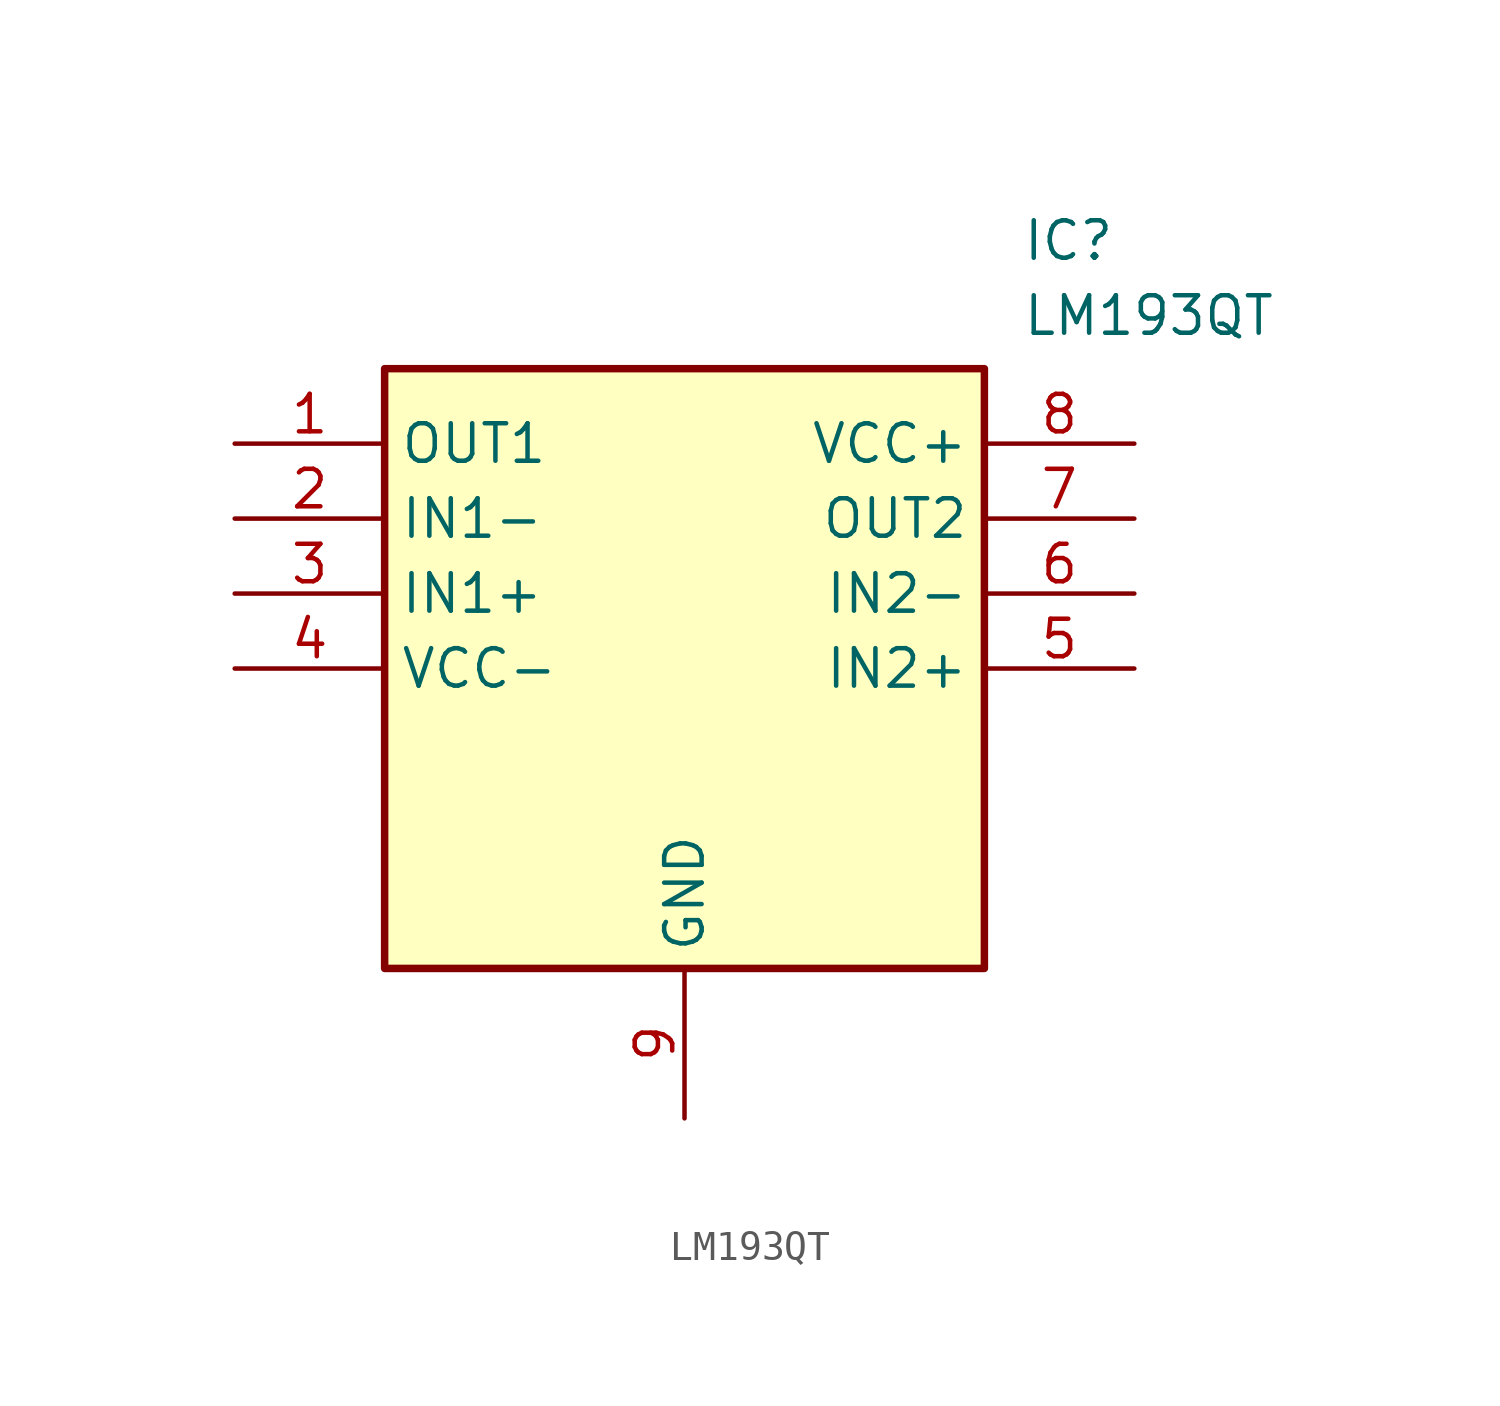
<source format=kicad_sym>
(kicad_symbol_lib
  (version 20211014)
  (generator SamacSys_ECAD_Model)
  (symbol "LM193QT"
    (property "Reference" "IC"
      (at 26.67 7.62 0)
      (effects (font (size 1.27 1.27)) (justify left top)))
    (property "Value" "LM193QT"
      (at 26.67 5.08 0)
      (effects (font (size 1.27 1.27)) (justify left top)))
    (rectangle
      (start 5.08 2.54)
      (end 25.4 -17.78)
      (stroke (width 0.254) (type default))
      (fill (type background)))
    (pin passive line
      (at 0 0 0)
      (length 5.08)
      (name "OUT1" (effects (font (size 1.27 1.27))))
      (number "1" (effects (font (size 1.27 1.27)))))
    (pin passive line
      (at 0 -2.54 0)
      (length 5.08)
      (name "IN1-" (effects (font (size 1.27 1.27))))
      (number "2" (effects (font (size 1.27 1.27)))))
    (pin passive line
      (at 0 -5.08 0)
      (length 5.08)
      (name "IN1+" (effects (font (size 1.27 1.27))))
      (number "3" (effects (font (size 1.27 1.27)))))
    (pin passive line
      (at 0 -7.62 0)
      (length 5.08)
      (name "VCC-" (effects (font (size 1.27 1.27))))
      (number "4" (effects (font (size 1.27 1.27)))))
    (pin passive line
      (at 15.24 -22.86 90)
      (length 5.08)
      (name "GND" (effects (font (size 1.27 1.27))))
      (number "9" (effects (font (size 1.27 1.27)))))
    (pin passive line
      (at 30.48 0 180)
      (length 5.08)
      (name "VCC+" (effects (font (size 1.27 1.27))))
      (number "8" (effects (font (size 1.27 1.27)))))
    (pin passive line
      (at 30.48 -2.54 180)
      (length 5.08)
      (name "OUT2" (effects (font (size 1.27 1.27))))
      (number "7" (effects (font (size 1.27 1.27)))))
    (pin passive line
      (at 30.48 -5.08 180)
      (length 5.08)
      (name "IN2-" (effects (font (size 1.27 1.27))))
      (number "6" (effects (font (size 1.27 1.27)))))
    (pin passive line
      (at 30.48 -7.62 180)
      (length 5.08)
      (name "IN2+" (effects (font (size 1.27 1.27))))
      (number "5" (effects (font (size 1.27 1.27)))))))
</source>
